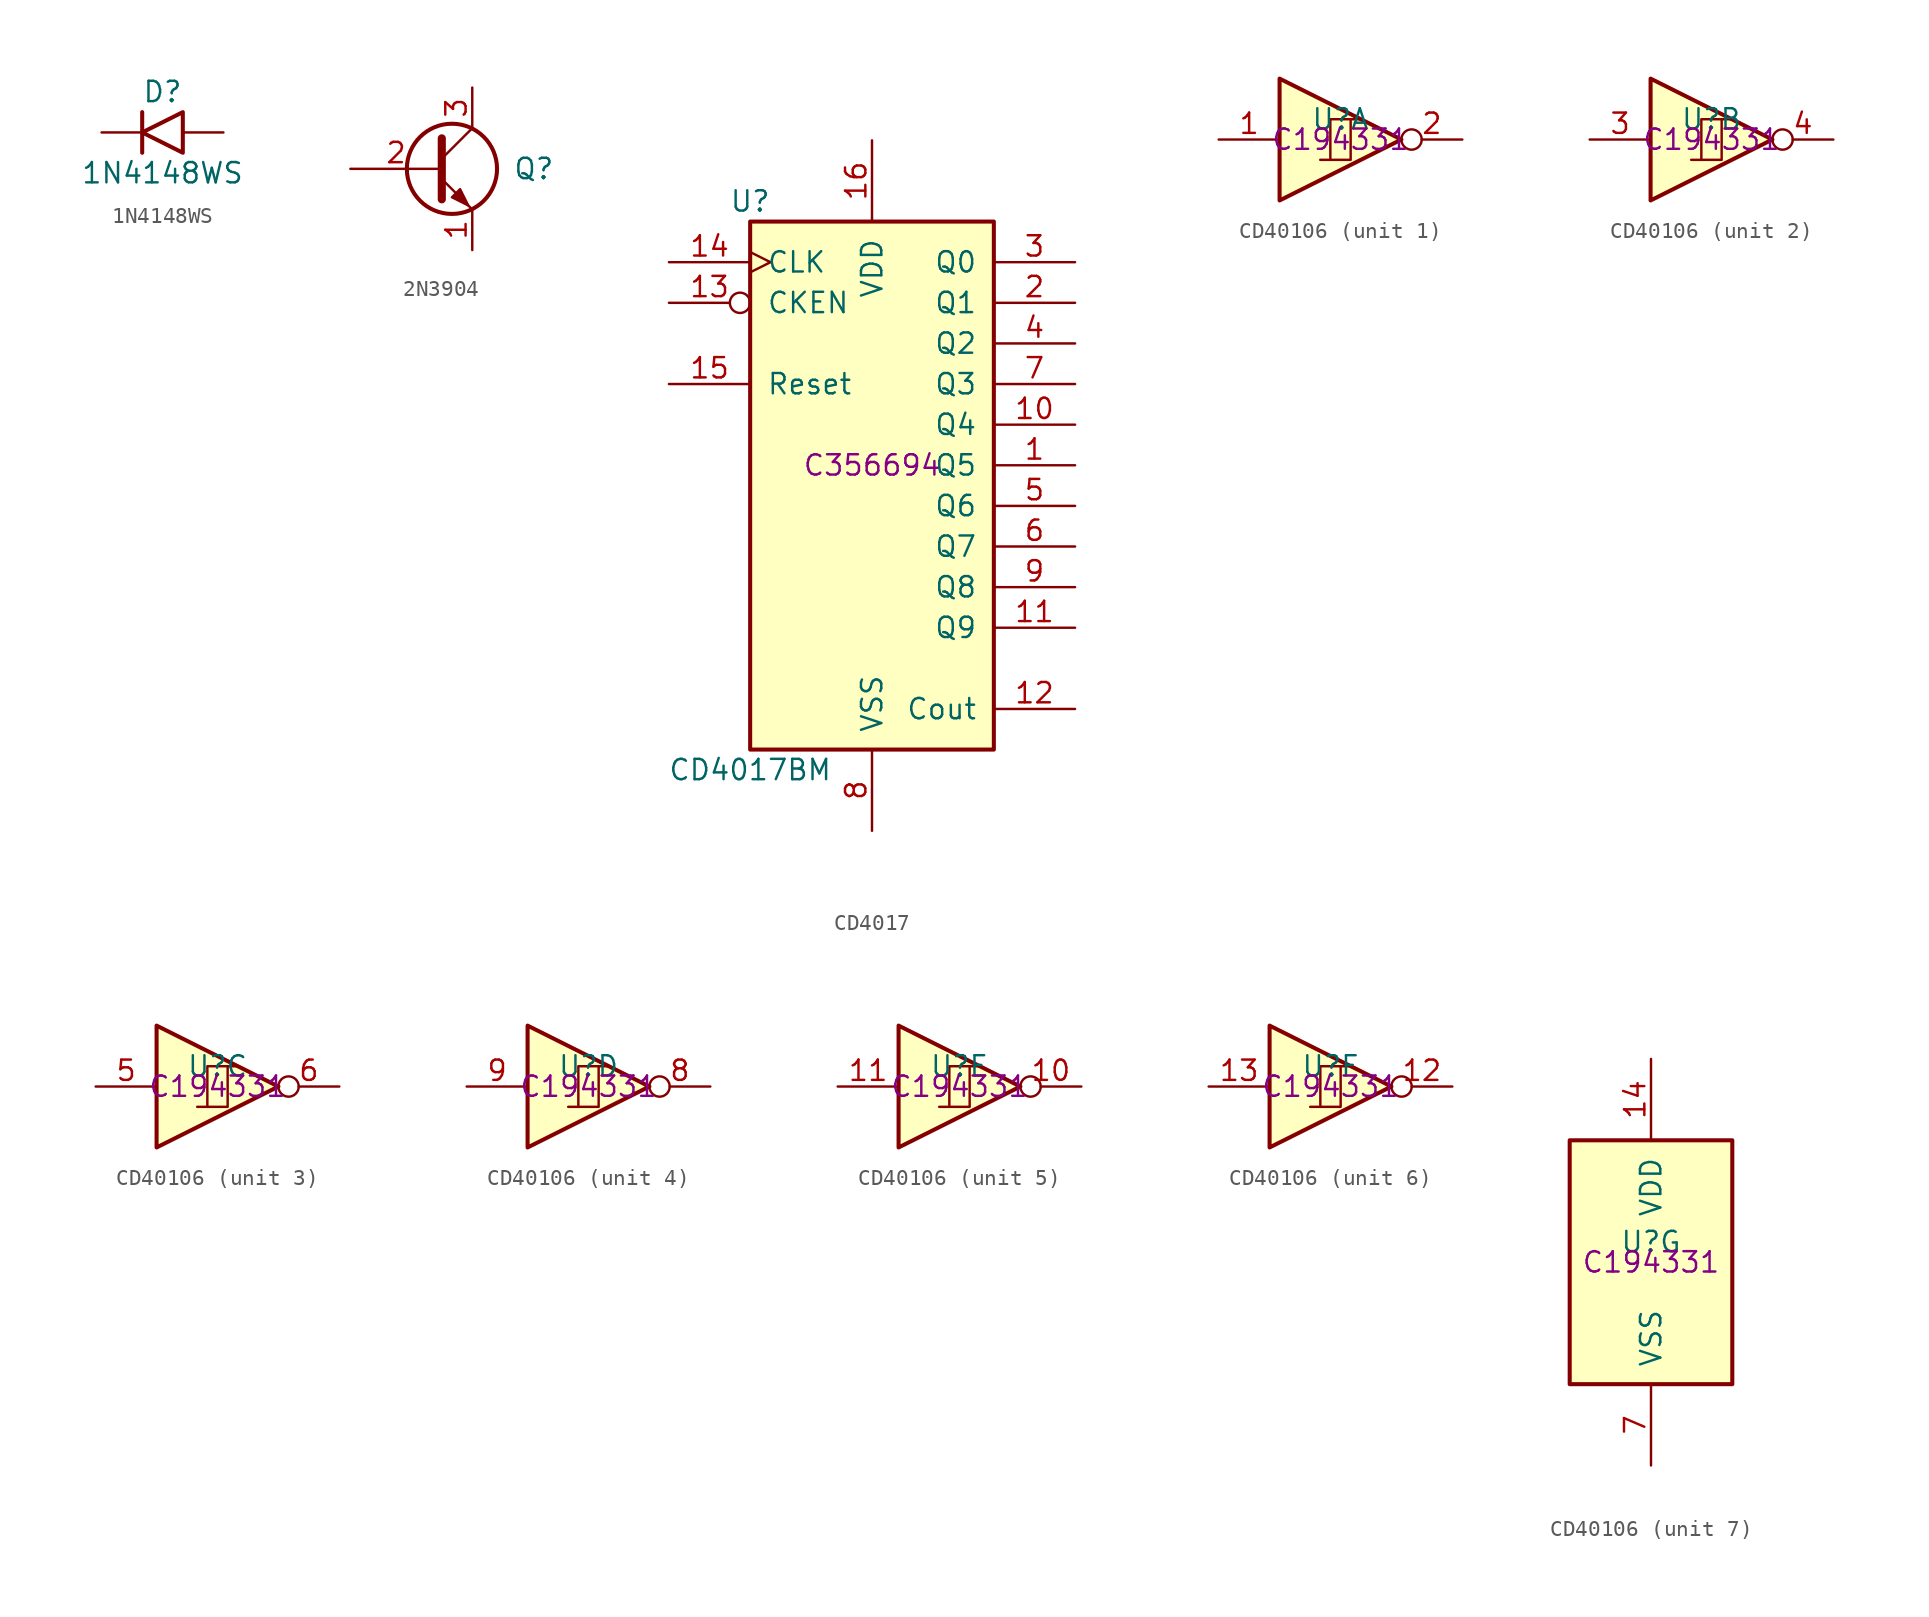
<source format=kicad_sym>
(kicad_symbol_lib
  (version 20220914)
  (generator kicad_symbol_editor)
  (symbol "1N4148WS"
    (pin_numbers hide)
    (pin_names
      (offset 1.016) hide)
    (property "Reference" "D"
      (at 0 2.54 0)
      (effects (font (size 1.27 1.27))))
    (property "Value" "1N4148WS"
      (at 0 -2.54 0)
      (effects (font (size 1.27 1.27))))
    (symbol "1N4148WS_0_1"
      (polyline (pts (xy -1.27 1.27) (xy -1.27 -1.27)) (stroke (width 0.254) (type default)) (fill (type none)))
      (polyline (pts (xy 1.27 1.27) (xy 1.27 -1.27) (xy -1.27 0) (xy 1.27 1.27)) (stroke (width 0.254) (type default)) (fill (type none))))
    (symbol "1N4148WS_1_1"
      (pin passive line (at -3.81 0 0) (length 2.54) (name "K" (effects (font (size 1.27 1.27)))) (number "1" (effects (font (size 1.27 1.27)))))
      (pin passive line (at 3.81 0 180) (length 2.54) (name "A" (effects (font (size 1.27 1.27)))) (number "2" (effects (font (size 1.27 1.27)))))))
  (symbol "2N3904"
    (pin_names
      (offset 0) hide)
    (property "Reference" "Q"
      (at 5.08 0 0)
      (effects (font (size 1.27 1.27)) (justify left)))
    (symbol "2N3904_0_1"
      (polyline (pts (xy 0.635 0.635) (xy 2.54 2.54)) (stroke (width 0) (type default)) (fill (type none)))
      (polyline (pts (xy 0.635 -0.635) (xy 2.54 -2.54) (xy 2.54 -2.54)) (stroke (width 0) (type default)) (fill (type none)))
      (polyline (pts (xy 0.635 1.905) (xy 0.635 -1.905) (xy 0.635 -1.905)) (stroke (width 0.508) (type default)) (fill (type none)))
      (polyline (pts (xy 1.27 -1.778) (xy 1.778 -1.27) (xy 2.286 -2.286) (xy 1.27 -1.778) (xy 1.27 -1.778)) (stroke (width 0) (type default)) (fill (type outline)))
      (circle (center 1.27 0) (radius 2.819) (stroke (width 0.254) (type default)) (fill (type none))))
    (symbol "2N3904_1_1"
      (pin passive line (at 2.54 -5.08 90) (length 2.54) (name "E" (effects (font (size 1.27 1.27)))) (number "1" (effects (font (size 1.27 1.27)))))
      (pin passive line (at -5.08 0 0) (length 5.715) (name "B" (effects (font (size 1.27 1.27)))) (number "2" (effects (font (size 1.27 1.27)))))
      (pin passive line (at 2.54 5.08 270) (length 2.54) (name "C" (effects (font (size 1.27 1.27)))) (number "3" (effects (font (size 1.27 1.27)))))))
  (symbol "CD4017"
    (pin_names
      (offset 1.016))
    (property "Reference" "U"
      (at -7.62 16.51 0)
      (effects (font (size 1.27 1.27))))
    (property "Value" "CD4017BM"
      (at -7.62 -19.05 0)
      (effects (font (size 1.27 1.27))))
    (property "lcsc" "C356694"
      (at 0 0 0)
      (effects (font (size 1.27 1.27))))
    (symbol "CD4017_1_0"
      (pin output line (at 12.7 0 180) (length 5.08) (name "Q5" (effects (font (size 1.27 1.27)))) (number "1" (effects (font (size 1.27 1.27)))))
      (pin output line (at 12.7 2.54 180) (length 5.08) (name "Q4" (effects (font (size 1.27 1.27)))) (number "10" (effects (font (size 1.27 1.27)))))
      (pin output line (at 12.7 -10.16 180) (length 5.08) (name "Q9" (effects (font (size 1.27 1.27)))) (number "11" (effects (font (size 1.27 1.27)))))
      (pin output line (at 12.7 -15.24 180) (length 5.08) (name "Cout" (effects (font (size 1.27 1.27)))) (number "12" (effects (font (size 1.27 1.27)))))
      (pin input inverted (at -12.7 10.16 0) (length 5.08) (name "CKEN" (effects (font (size 1.27 1.27)))) (number "13" (effects (font (size 1.27 1.27)))))
      (pin input clock (at -12.7 12.7 0) (length 5.08) (name "CLK" (effects (font (size 1.27 1.27)))) (number "14" (effects (font (size 1.27 1.27)))))
      (pin input line (at -12.7 5.08 0) (length 5.08) (name "Reset" (effects (font (size 1.27 1.27)))) (number "15" (effects (font (size 1.27 1.27)))))
      (pin power_in line (at 0 20.32 270) (length 5.08) (name "VDD" (effects (font (size 1.27 1.27)))) (number "16" (effects (font (size 1.27 1.27)))))
      (pin output line (at 12.7 10.16 180) (length 5.08) (name "Q1" (effects (font (size 1.27 1.27)))) (number "2" (effects (font (size 1.27 1.27)))))
      (pin output line (at 12.7 12.7 180) (length 5.08) (name "Q0" (effects (font (size 1.27 1.27)))) (number "3" (effects (font (size 1.27 1.27)))))
      (pin output line (at 12.7 7.62 180) (length 5.08) (name "Q2" (effects (font (size 1.27 1.27)))) (number "4" (effects (font (size 1.27 1.27)))))
      (pin output line (at 12.7 -2.54 180) (length 5.08) (name "Q6" (effects (font (size 1.27 1.27)))) (number "5" (effects (font (size 1.27 1.27)))))
      (pin output line (at 12.7 -5.08 180) (length 5.08) (name "Q7" (effects (font (size 1.27 1.27)))) (number "6" (effects (font (size 1.27 1.27)))))
      (pin output line (at 12.7 5.08 180) (length 5.08) (name "Q3" (effects (font (size 1.27 1.27)))) (number "7" (effects (font (size 1.27 1.27)))))
      (pin power_in line (at 0 -22.86 90) (length 5.08) (name "VSS" (effects (font (size 1.27 1.27)))) (number "8" (effects (font (size 1.27 1.27)))))
      (pin output line (at 12.7 -7.62 180) (length 5.08) (name "Q8" (effects (font (size 1.27 1.27)))) (number "9" (effects (font (size 1.27 1.27))))))
    (symbol "CD4017_1_1"
      (rectangle (start -7.62 15.24) (end 7.62 -17.78) (stroke (width 0.254) (type default)) (fill (type background)))))
  (symbol "CD40106"
    (pin_names
      (offset 1.016))
    (property "Reference" "U"
      (at 0 1.27 0)
      (effects (font (size 1.27 1.27))))
    (property "lcsc" "C194331"
      (at 0 0 0)
      (effects (font (size 1.27 1.27))))
    (property "ki_locked" ""
      (at 0 0 0)
      (effects (font (size 1.27 1.27))))
    (symbol "CD40106_1_0"
      (polyline (pts (xy -0.635 -1.27) (xy -0.635 1.27) (xy 0.635 1.27)) (stroke (width 0) (type default)) (fill (type none)))
      (polyline (pts (xy -3.81 3.81) (xy -3.81 -3.81) (xy 3.81 0) (xy -3.81 3.81)) (stroke (width 0.254) (type default)) (fill (type background)))
      (polyline (pts (xy -1.27 -1.27) (xy 0.635 -1.27) (xy 0.635 1.27) (xy 1.27 1.27)) (stroke (width 0) (type default)) (fill (type none)))
      (pin input line (at -7.62 0 0) (length 3.81) (name "~" (effects (font (size 1.27 1.27)))) (number "1" (effects (font (size 1.27 1.27)))))
      (pin output inverted (at 7.62 0 180) (length 3.81) (name "~" (effects (font (size 1.27 1.27)))) (number "2" (effects (font (size 1.27 1.27))))))
    (symbol "CD40106_2_0"
      (polyline (pts (xy -0.635 -1.27) (xy -0.635 1.27) (xy 0.635 1.27)) (stroke (width 0) (type default)) (fill (type none)))
      (polyline (pts (xy -3.81 3.81) (xy -3.81 -3.81) (xy 3.81 0) (xy -3.81 3.81)) (stroke (width 0.254) (type default)) (fill (type background)))
      (polyline (pts (xy -1.27 -1.27) (xy 0.635 -1.27) (xy 0.635 1.27) (xy 1.27 1.27)) (stroke (width 0) (type default)) (fill (type none)))
      (pin input line (at -7.62 0 0) (length 3.81) (name "~" (effects (font (size 1.27 1.27)))) (number "3" (effects (font (size 1.27 1.27)))))
      (pin output inverted (at 7.62 0 180) (length 3.81) (name "~" (effects (font (size 1.27 1.27)))) (number "4" (effects (font (size 1.27 1.27))))))
    (symbol "CD40106_3_0"
      (polyline (pts (xy -0.635 -1.27) (xy -0.635 1.27) (xy 0.635 1.27)) (stroke (width 0) (type default)) (fill (type none)))
      (polyline (pts (xy -3.81 3.81) (xy -3.81 -3.81) (xy 3.81 0) (xy -3.81 3.81)) (stroke (width 0.254) (type default)) (fill (type background)))
      (polyline (pts (xy -1.27 -1.27) (xy 0.635 -1.27) (xy 0.635 1.27) (xy 1.27 1.27)) (stroke (width 0) (type default)) (fill (type none)))
      (pin input line (at -7.62 0 0) (length 3.81) (name "~" (effects (font (size 1.27 1.27)))) (number "5" (effects (font (size 1.27 1.27)))))
      (pin output inverted (at 7.62 0 180) (length 3.81) (name "~" (effects (font (size 1.27 1.27)))) (number "6" (effects (font (size 1.27 1.27))))))
    (symbol "CD40106_4_0"
      (polyline (pts (xy -0.635 -1.27) (xy -0.635 1.27) (xy 0.635 1.27)) (stroke (width 0) (type default)) (fill (type none)))
      (polyline (pts (xy -3.81 3.81) (xy -3.81 -3.81) (xy 3.81 0) (xy -3.81 3.81)) (stroke (width 0.254) (type default)) (fill (type background)))
      (polyline (pts (xy -1.27 -1.27) (xy 0.635 -1.27) (xy 0.635 1.27) (xy 1.27 1.27)) (stroke (width 0) (type default)) (fill (type none)))
      (pin output inverted (at 7.62 0 180) (length 3.81) (name "~" (effects (font (size 1.27 1.27)))) (number "8" (effects (font (size 1.27 1.27)))))
      (pin input line (at -7.62 0 0) (length 3.81) (name "~" (effects (font (size 1.27 1.27)))) (number "9" (effects (font (size 1.27 1.27))))))
    (symbol "CD40106_5_0"
      (polyline (pts (xy -0.635 -1.27) (xy -0.635 1.27) (xy 0.635 1.27)) (stroke (width 0) (type default)) (fill (type none)))
      (polyline (pts (xy -3.81 3.81) (xy -3.81 -3.81) (xy 3.81 0) (xy -3.81 3.81)) (stroke (width 0.254) (type default)) (fill (type background)))
      (polyline (pts (xy -1.27 -1.27) (xy 0.635 -1.27) (xy 0.635 1.27) (xy 1.27 1.27)) (stroke (width 0) (type default)) (fill (type none)))
      (pin output inverted (at 7.62 0 180) (length 3.81) (name "~" (effects (font (size 1.27 1.27)))) (number "10" (effects (font (size 1.27 1.27)))))
      (pin input line (at -7.62 0 0) (length 3.81) (name "~" (effects (font (size 1.27 1.27)))) (number "11" (effects (font (size 1.27 1.27))))))
    (symbol "CD40106_6_0"
      (polyline (pts (xy -0.635 -1.27) (xy -0.635 1.27) (xy 0.635 1.27)) (stroke (width 0) (type default)) (fill (type none)))
      (polyline (pts (xy -3.81 3.81) (xy -3.81 -3.81) (xy 3.81 0) (xy -3.81 3.81)) (stroke (width 0.254) (type default)) (fill (type background)))
      (polyline (pts (xy -1.27 -1.27) (xy 0.635 -1.27) (xy 0.635 1.27) (xy 1.27 1.27)) (stroke (width 0) (type default)) (fill (type none)))
      (pin output inverted (at 7.62 0 180) (length 3.81) (name "~" (effects (font (size 1.27 1.27)))) (number "12" (effects (font (size 1.27 1.27)))))
      (pin input line (at -7.62 0 0) (length 3.81) (name "~" (effects (font (size 1.27 1.27)))) (number "13" (effects (font (size 1.27 1.27))))))
    (symbol "CD40106_7_0"
      (pin power_in line (at 0 12.7 270) (length 5.08) (name "VDD" (effects (font (size 1.27 1.27)))) (number "14" (effects (font (size 1.27 1.27)))))
      (pin power_in line (at 0 -12.7 90) (length 5.08) (name "VSS" (effects (font (size 1.27 1.27)))) (number "7" (effects (font (size 1.27 1.27))))))
    (symbol "CD40106_7_1"
      (rectangle (start -5.08 7.62) (end 5.08 -7.62) (stroke (width 0.254) (type default)) (fill (type background))))))
</source>
